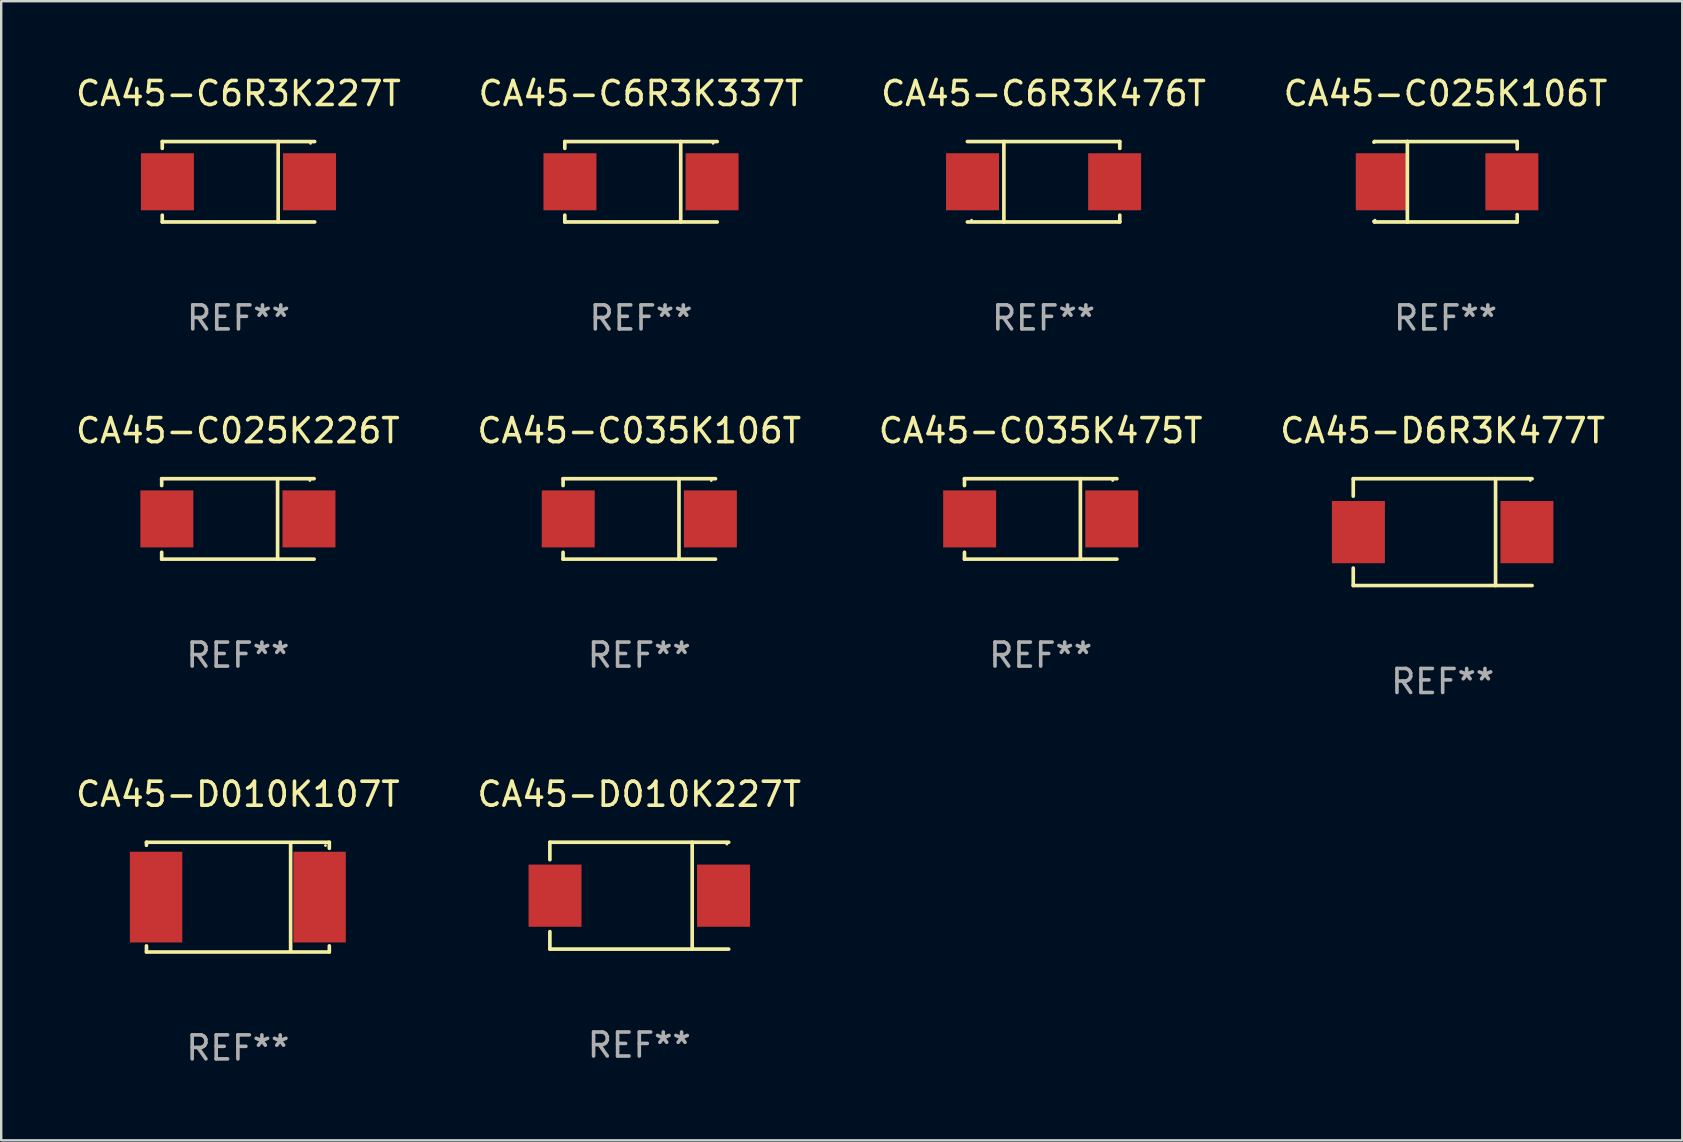
<source format=kicad_pcb>
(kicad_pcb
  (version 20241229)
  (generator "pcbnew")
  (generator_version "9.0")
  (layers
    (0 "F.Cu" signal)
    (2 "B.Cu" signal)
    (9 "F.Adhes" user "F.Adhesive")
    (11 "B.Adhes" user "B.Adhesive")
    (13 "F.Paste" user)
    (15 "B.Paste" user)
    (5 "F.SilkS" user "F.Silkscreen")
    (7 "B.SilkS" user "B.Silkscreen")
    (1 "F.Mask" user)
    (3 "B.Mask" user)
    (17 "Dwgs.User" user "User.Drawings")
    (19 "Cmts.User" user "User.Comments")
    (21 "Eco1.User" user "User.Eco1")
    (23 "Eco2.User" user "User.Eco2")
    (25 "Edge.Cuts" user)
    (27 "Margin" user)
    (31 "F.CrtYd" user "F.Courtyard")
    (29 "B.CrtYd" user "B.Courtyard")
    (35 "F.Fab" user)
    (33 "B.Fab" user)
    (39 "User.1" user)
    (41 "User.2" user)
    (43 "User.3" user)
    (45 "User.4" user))
  (footprint "CA45-C035K475T"
    (layer "F.Cu")
    (at 40.315 18.573)
    (property "Reference" "CA45-C035K475T" (at 0 -3.676 0) (layer "F.SilkS") (effects (font (size 1 1) (thickness 0.15))))
    (attr through_hole)
    (fp_line (start -3.176 -1.676) (end -3.176 -1.391) (stroke (width 0.152) (type solid)) (layer "F.SilkS"))
    (fp_line (start -3.176 -1.676) (end 3.176 -1.676) (stroke (width 0.152) (type solid)) (layer "F.SilkS"))
    (fp_line (start -3.176 1.676) (end -3.176 1.391) (stroke (width 0.152) (type solid)) (layer "F.SilkS"))
    (fp_line (start -3.176 1.676) (end 3.176 1.676) (stroke (width 0.152) (type solid)) (layer "F.SilkS"))
    (fp_line (start 1.654 -1.676) (end 1.654 1.676) (stroke (width 0.152) (type solid)) (layer "F.SilkS"))
    (fp_circle (center 3 -1.6) (end 3.03 -1.6) (stroke (width 0.06) (type solid)) (fill no) (layer "F.SilkS"))
    (fp_text user "REF**" (at 0 5.676 0) (layer "F.Fab") (effects (font (size 1 1) (thickness 0.15))))
    (pad "1" smd rect (at 2.961 0) (size 2.207 2.376) (layers "F.Cu" "F.Mask" "F.Paste"))
    (pad "2" smd rect (at -2.961 0) (size 2.207 2.376) (layers "F.Cu" "F.Mask" "F.Paste")))
  (footprint "CA45-D6R3K477T"
    (layer "F.Cu")
    (at 57.065 19.123)
    (property "Reference" "CA45-D6R3K477T" (at 0 -4.226 0) (layer "F.SilkS") (effects (font (size 1 1) (thickness 0.15))))
    (attr through_hole)
    (fp_line (start -3.726 -2.226) (end -3.726 -1.499) (stroke (width 0.152) (type solid)) (layer "F.SilkS"))
    (fp_line (start -3.726 -2.226) (end 3.726 -2.226) (stroke (width 0.152) (type solid)) (layer "F.SilkS"))
    (fp_line (start -3.726 2.226) (end -3.726 1.499) (stroke (width 0.152) (type solid)) (layer "F.SilkS"))
    (fp_line (start -3.726 2.226) (end 3.726 2.226) (stroke (width 0.152) (type solid)) (layer "F.SilkS"))
    (fp_line (start 2.204 -2.226) (end 2.204 2.226) (stroke (width 0.152) (type solid)) (layer "F.SilkS"))
    (fp_circle (center 3.65 -2.15) (end 3.68 -2.15) (stroke (width 0.06) (type solid)) (fill no) (layer "F.SilkS"))
    (fp_text user "REF**" (at 0 6.226 0) (layer "F.Fab") (effects (font (size 1 1) (thickness 0.15))))
    (pad "1" smd rect (at 3.511 0) (size 2.207 2.592) (layers "F.Cu" "F.Mask" "F.Paste"))
    (pad "2" smd rect (at -3.511 0) (size 2.207 2.592) (layers "F.Cu" "F.Mask" "F.Paste")))
  (footprint "CA45-C6R3K476T"
    (layer "F.Cu")
    (at 40.435 4.524)
    (property "Reference" "CA45-C6R3K476T" (at 0 -3.676 0) (layer "F.SilkS") (effects (font (size 1 1) (thickness 0.15))))
    (attr through_hole)
    (fp_line (start -1.654 1.676) (end -1.654 -1.676) (stroke (width 0.152) (type solid)) (layer "F.SilkS"))
    (fp_line (start 3.176 -1.676) (end -3.176 -1.676) (stroke (width 0.152) (type solid)) (layer "F.SilkS"))
    (fp_line (start 3.176 -1.676) (end 3.176 -1.391) (stroke (width 0.152) (type solid)) (layer "F.SilkS"))
    (fp_line (start 3.176 1.676) (end -3.176 1.676) (stroke (width 0.152) (type solid)) (layer "F.SilkS"))
    (fp_line (start 3.176 1.676) (end 3.176 1.391) (stroke (width 0.152) (type solid)) (layer "F.SilkS"))
    (fp_circle (center -3 1.6) (end -2.97 1.6) (stroke (width 0.06) (type solid)) (fill no) (layer "F.SilkS"))
    (fp_text user "REF**" (at 0 5.676 0) (layer "F.Fab") (effects (font (size 1 1) (thickness 0.15))))
    (pad "1" smd rect (at -2.961 -0.000051 180) (size 2.207 2.376) (layers "F.Cu" "F.Mask" "F.Paste"))
    (pad "2" smd rect (at 2.961 -0.000051 180) (size 2.207 2.376) (layers "F.Cu" "F.Mask" "F.Paste")))
  (footprint "CA45-D010K227T"
    (layer "F.Cu")
    (at 23.589 34.272)
    (property "Reference" "CA45-D010K227T" (at 0 -4.226 0) (layer "F.SilkS") (effects (font (size 1 1) (thickness 0.15))))
    (attr through_hole)
    (fp_line (start -3.726 -2.226) (end -3.726 -1.499) (stroke (width 0.152) (type solid)) (layer "F.SilkS"))
    (fp_line (start -3.726 -2.226) (end 3.726 -2.226) (stroke (width 0.152) (type solid)) (layer "F.SilkS"))
    (fp_line (start -3.726 2.226) (end -3.726 1.499) (stroke (width 0.152) (type solid)) (layer "F.SilkS"))
    (fp_line (start -3.726 2.226) (end 3.726 2.226) (stroke (width 0.152) (type solid)) (layer "F.SilkS"))
    (fp_line (start 2.204 -2.226) (end 2.204 2.226) (stroke (width 0.152) (type solid)) (layer "F.SilkS"))
    (fp_circle (center 3.65 -2.15) (end 3.68 -2.15) (stroke (width 0.06) (type solid)) (fill no) (layer "F.SilkS"))
    (fp_text user "REF**" (at 0 6.226 0) (layer "F.Fab") (effects (font (size 1 1) (thickness 0.15))))
    (pad "1" smd rect (at 3.511 0) (size 2.207 2.592) (layers "F.Cu" "F.Mask" "F.Paste"))
    (pad "2" smd rect (at -3.511 0) (size 2.207 2.592) (layers "F.Cu" "F.Mask" "F.Paste")))
  (footprint "CA45-C6R3K227T"
    (layer "F.Cu")
    (at 6.887 4.524)
    (property "Reference" "CA45-C6R3K227T" (at 0 -3.676 0) (layer "F.SilkS") (effects (font (size 1 1) (thickness 0.15))))
    (attr through_hole)
    (fp_line (start -3.176 -1.676) (end -3.176 -1.391) (stroke (width 0.152) (type solid)) (layer "F.SilkS"))
    (fp_line (start -3.176 -1.676) (end 3.176 -1.676) (stroke (width 0.152) (type solid)) (layer "F.SilkS"))
    (fp_line (start -3.176 1.676) (end -3.176 1.391) (stroke (width 0.152) (type solid)) (layer "F.SilkS"))
    (fp_line (start -3.176 1.676) (end 3.176 1.676) (stroke (width 0.152) (type solid)) (layer "F.SilkS"))
    (fp_line (start 1.654 -1.676) (end 1.654 1.676) (stroke (width 0.152) (type solid)) (layer "F.SilkS"))
    (fp_circle (center 3 -1.6) (end 3.03 -1.6) (stroke (width 0.06) (type solid)) (fill no) (layer "F.SilkS"))
    (fp_text user "REF**" (at 0 5.676 0) (layer "F.Fab") (effects (font (size 1 1) (thickness 0.15))))
    (pad "1" smd rect (at 2.961 0) (size 2.207 2.376) (layers "F.Cu" "F.Mask" "F.Paste"))
    (pad "2" smd rect (at -2.961 0) (size 2.207 2.376) (layers "F.Cu" "F.Mask" "F.Paste")))
  (footprint "CA45-C6R3K337T"
    (layer "F.Cu")
    (at 23.661 4.524)
    (property "Reference" "CA45-C6R3K337T" (at 0 -3.676 0) (layer "F.SilkS") (effects (font (size 1 1) (thickness 0.15))))
    (attr through_hole)
    (fp_line (start -3.176 -1.676) (end -3.176 -1.391) (stroke (width 0.152) (type solid)) (layer "F.SilkS"))
    (fp_line (start -3.176 -1.676) (end 3.176 -1.676) (stroke (width 0.152) (type solid)) (layer "F.SilkS"))
    (fp_line (start -3.176 1.676) (end -3.176 1.391) (stroke (width 0.152) (type solid)) (layer "F.SilkS"))
    (fp_line (start -3.176 1.676) (end 3.176 1.676) (stroke (width 0.152) (type solid)) (layer "F.SilkS"))
    (fp_line (start 1.654 -1.676) (end 1.654 1.676) (stroke (width 0.152) (type solid)) (layer "F.SilkS"))
    (fp_circle (center 3 -1.6) (end 3.03 -1.6) (stroke (width 0.06) (type solid)) (fill no) (layer "F.SilkS"))
    (fp_text user "REF**" (at 0 5.676 0) (layer "F.Fab") (effects (font (size 1 1) (thickness 0.15))))
    (pad "1" smd rect (at 2.961 0) (size 2.207 2.376) (layers "F.Cu" "F.Mask" "F.Paste"))
    (pad "2" smd rect (at -2.961 0) (size 2.207 2.376) (layers "F.Cu" "F.Mask" "F.Paste")))
  (footprint "CA45-C035K106T"
    (layer "F.Cu")
    (at 23.589 18.573)
    (property "Reference" "CA45-C035K106T" (at 0 -3.676 0) (layer "F.SilkS") (effects (font (size 1 1) (thickness 0.15))))
    (attr through_hole)
    (fp_line (start -3.176 -1.676) (end -3.176 -1.391) (stroke (width 0.152) (type solid)) (layer "F.SilkS"))
    (fp_line (start -3.176 -1.676) (end 3.176 -1.676) (stroke (width 0.152) (type solid)) (layer "F.SilkS"))
    (fp_line (start -3.176 1.676) (end -3.176 1.391) (stroke (width 0.152) (type solid)) (layer "F.SilkS"))
    (fp_line (start -3.176 1.676) (end 3.176 1.676) (stroke (width 0.152) (type solid)) (layer "F.SilkS"))
    (fp_line (start 1.654 -1.676) (end 1.654 1.676) (stroke (width 0.152) (type solid)) (layer "F.SilkS"))
    (fp_circle (center 3 -1.6) (end 3.03 -1.6) (stroke (width 0.06) (type solid)) (fill no) (layer "F.SilkS"))
    (fp_text user "REF**" (at 0 5.676 0) (layer "F.Fab") (effects (font (size 1 1) (thickness 0.15))))
    (pad "1" smd rect (at 2.961 0) (size 2.207 2.376) (layers "F.Cu" "F.Mask" "F.Paste"))
    (pad "2" smd rect (at -2.961 0) (size 2.207 2.376) (layers "F.Cu" "F.Mask" "F.Paste")))
  (footprint "CA45-C025K226T"
    (layer "F.Cu")
    (at 6.863 18.573)
    (property "Reference" "CA45-C025K226T" (at 0 -3.676 0) (layer "F.SilkS") (effects (font (size 1 1) (thickness 0.15))))
    (attr through_hole)
    (fp_line (start -3.176 -1.676) (end -3.176 -1.391) (stroke (width 0.152) (type solid)) (layer "F.SilkS"))
    (fp_line (start -3.176 -1.676) (end 3.176 -1.676) (stroke (width 0.152) (type solid)) (layer "F.SilkS"))
    (fp_line (start -3.176 1.676) (end -3.176 1.391) (stroke (width 0.152) (type solid)) (layer "F.SilkS"))
    (fp_line (start -3.176 1.676) (end 3.176 1.676) (stroke (width 0.152) (type solid)) (layer "F.SilkS"))
    (fp_line (start 1.654 -1.676) (end 1.654 1.676) (stroke (width 0.152) (type solid)) (layer "F.SilkS"))
    (fp_circle (center 3 -1.6) (end 3.03 -1.6) (stroke (width 0.06) (type solid)) (fill no) (layer "F.SilkS"))
    (fp_text user "REF**" (at 0 5.676 0) (layer "F.Fab") (effects (font (size 1 1) (thickness 0.15))))
    (pad "1" smd rect (at 2.961 0) (size 2.207 2.376) (layers "F.Cu" "F.Mask" "F.Paste"))
    (pad "2" smd rect (at -2.961 0) (size 2.207 2.376) (layers "F.Cu" "F.Mask" "F.Paste")))
  (footprint "CA45-C025K106T"
    (layer "F.Cu")
    (at 57.185 4.524)
    (property "Reference" "CA45-C025K106T" (at 0 -3.676 0) (layer "F.SilkS") (effects (font (size 1 1) (thickness 0.15))))
    (attr through_hole)
    (fp_line (start -2.959 -1.676) (end -2.985 -1.651) (stroke (width 0.152) (type solid)) (layer "F.SilkS"))
    (fp_line (start -2.959 1.676) (end -2.985 1.651) (stroke (width 0.152) (type solid)) (layer "F.SilkS"))
    (fp_line (start -1.591 -1.676) (end -2.959 -1.676) (stroke (width 0.152) (type solid)) (layer "F.SilkS"))
    (fp_line (start -1.591 -1.676) (end 2.985 -1.676) (stroke (width 0.152) (type solid)) (layer "F.SilkS"))
    (fp_line (start -1.591 1.676) (end -2.959 1.676) (stroke (width 0.152) (type solid)) (layer "F.SilkS"))
    (fp_line (start -1.591 1.676) (end -1.591 -1.676) (stroke (width 0.152) (type solid)) (layer "F.SilkS"))
    (fp_line (start -1.591 1.676) (end 2.985 1.676) (stroke (width 0.152) (type solid)) (layer "F.SilkS"))
    (fp_line (start 2.985 -1.676) (end 2.985 -1.368) (stroke (width 0.152) (type solid)) (layer "F.SilkS"))
    (fp_line (start 2.985 1.676) (end 2.985 1.368) (stroke (width 0.152) (type solid)) (layer "F.SilkS"))
    (fp_circle (center -2.937 1.6) (end -2.907 1.6) (stroke (width 0.06) (type solid)) (fill no) (layer "F.SilkS"))
    (fp_text user "REF**" (at 0 5.676 0) (layer "F.Fab") (effects (font (size 1 1) (thickness 0.15))))
    (pad "1" smd rect (at -2.637 0.000025 180) (size 2.207 2.376) (layers "F.Cu" "F.Mask" "F.Paste"))
    (pad "2" smd rect (at 2.763 0.000025 180) (size 2.207 2.376) (layers "F.Cu" "F.Mask" "F.Paste")))
  (footprint "CA45-D010K107T"
    (layer "F.Cu")
    (at 6.863 34.332)
    (property "Reference" "CA45-D010K107T" (at 0 -4.286 0) (layer "F.SilkS") (effects (font (size 1 1) (thickness 0.15))))
    (attr through_hole)
    (fp_line (start -3.81 -2.286) (end -3.81 -2.159) (stroke (width 0.15) (type solid)) (layer "F.SilkS"))
    (fp_line (start -3.81 2.032) (end -3.81 2.286) (stroke (width 0.15) (type solid)) (layer "F.SilkS"))
    (fp_line (start -3.81 2.286) (end 3.81 2.286) (stroke (width 0.15) (type solid)) (layer "F.SilkS"))
    (fp_line (start 2.197 -2.226) (end 2.197 2.226) (stroke (width 0.152) (type solid)) (layer "F.SilkS"))
    (fp_line (start 3.81 -2.286) (end -3.81 -2.286) (stroke (width 0.15) (type solid)) (layer "F.SilkS"))
    (fp_line (start 3.81 -2.032) (end 3.81 -2.286) (stroke (width 0.15) (type solid)) (layer "F.SilkS"))
    (fp_line (start 3.81 2.286) (end 3.81 2.032) (stroke (width 0.15) (type solid)) (layer "F.SilkS"))
    (fp_circle (center 3.65 -2.15) (end 3.68 -2.15) (stroke (width 0.06) (type solid)) (fill no) (layer "F.SilkS"))
    (fp_text user "REF**" (at 0 6.286 0) (layer "F.Fab") (effects (font (size 1 1) (thickness 0.15))))
    (pad "1" smd rect (at 3.404 0 180) (size 2.185 3.78) (layers "F.Cu" "F.Mask" "F.Paste"))
    (pad "2" smd rect (at -3.409 0 180) (size 2.185 3.78) (layers "F.Cu" "F.Mask" "F.Paste")))
  (gr_rect
    (start -3 -3)
    (end 67.048 44.466)
    (stroke (width 0.1) (type default))
    (fill no)
    (layer "Edge.Cuts")))
</source>
